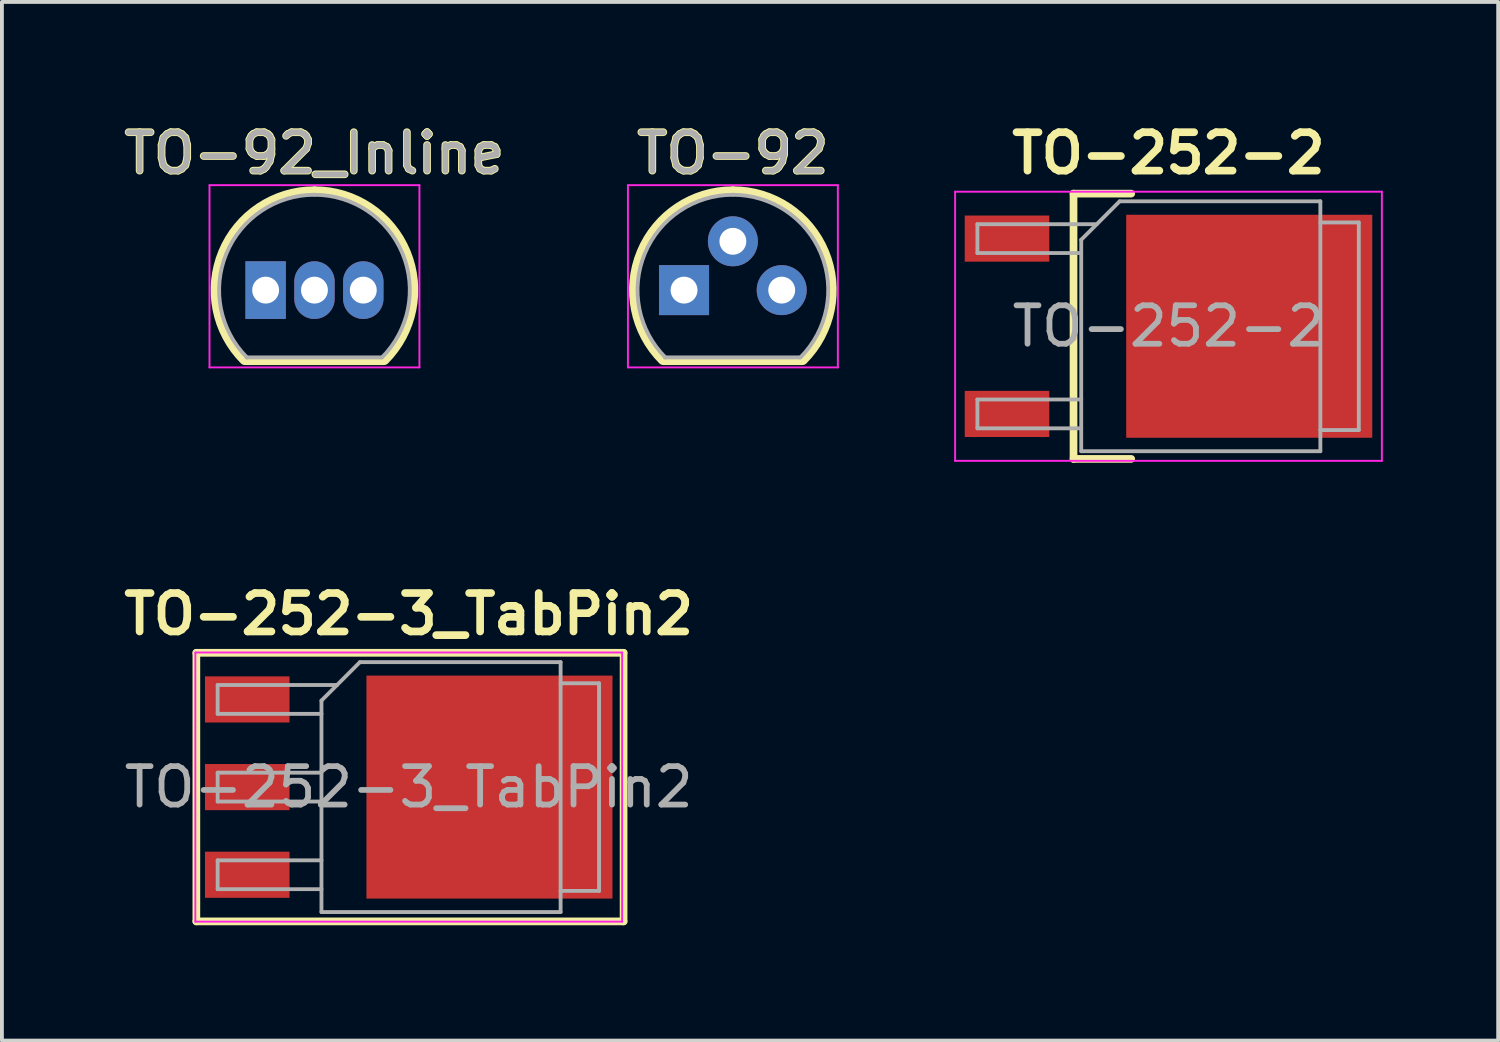
<source format=kicad_pcb>
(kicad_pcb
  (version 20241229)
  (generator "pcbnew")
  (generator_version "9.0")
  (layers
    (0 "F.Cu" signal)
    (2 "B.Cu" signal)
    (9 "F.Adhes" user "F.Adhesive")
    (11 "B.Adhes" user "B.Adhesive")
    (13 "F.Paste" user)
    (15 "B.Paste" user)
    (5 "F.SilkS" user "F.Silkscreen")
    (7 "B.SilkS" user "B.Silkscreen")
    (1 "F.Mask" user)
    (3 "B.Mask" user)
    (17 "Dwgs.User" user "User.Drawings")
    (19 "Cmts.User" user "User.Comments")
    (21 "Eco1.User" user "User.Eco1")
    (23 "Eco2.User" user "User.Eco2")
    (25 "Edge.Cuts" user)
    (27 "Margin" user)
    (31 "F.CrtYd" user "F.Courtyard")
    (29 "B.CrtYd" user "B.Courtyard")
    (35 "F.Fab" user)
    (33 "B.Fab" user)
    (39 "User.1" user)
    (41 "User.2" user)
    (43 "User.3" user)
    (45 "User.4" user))
  (footprint "TO-92"
    (layer "F.Cu")
    (at 14.742 4.496)
    (property "Reference" "TO-92" (at 1.27 -3.56 0) (layer "F.SilkS") (effects (font (size 1 1) (thickness 0.2))))
    (attr through_hole)
    (fp_line (start -0.53 1.85) (end 3.07 1.85) (stroke (width 0.2) (type solid)) (layer "F.SilkS"))
    (fp_arc (start -0.568478 1.838478) (mid -1.132087 -0.994977) (end 1.27 -2.6) (stroke (width 0.2) (type solid)) (layer "F.SilkS"))
    (fp_arc (start 1.27 -2.6) (mid 3.672087 -0.994977) (end 3.108478 1.838478) (stroke (width 0.2) (type solid)) (layer "F.SilkS"))
    (fp_line (start -1.46 -2.73) (end -1.46 2.01) (stroke (width 0.05) (type solid)) (layer "F.CrtYd"))
    (fp_line (start -1.46 -2.73) (end 4 -2.73) (stroke (width 0.05) (type solid)) (layer "F.CrtYd"))
    (fp_line (start 4 2.01) (end -1.46 2.01) (stroke (width 0.05) (type solid)) (layer "F.CrtYd"))
    (fp_line (start 4 2.01) (end 4 -2.73) (stroke (width 0.05) (type solid)) (layer "F.CrtYd"))
    (fp_line (start -0.5 1.75) (end 3 1.75) (stroke (width 0.1) (type solid)) (layer "F.Fab"))
    (fp_arc (start -0.483625 1.753625) (mid -1.021221 -0.949055) (end 1.27 -2.48) (stroke (width 0.1) (type solid)) (layer "F.Fab"))
    (fp_arc (start 1.27 -2.48) (mid 3.561221 -0.949055) (end 3.023625 1.753625) (stroke (width 0.1) (type solid)) (layer "F.Fab"))
    (fp_text user "${REFERENCE}" (at 1.27 -3.56 0) (layer "F.Fab") (effects (font (size 1 1) (thickness 0.15))))
    (pad "1" thru_hole rect (at 0 0 90) (size 1.3 1.3) (drill 0.7) (layers "*.Cu" "*.Mask"))
    (pad "2" thru_hole circle (at 1.27 -1.27 90) (size 1.3 1.3) (drill 0.7) (layers "*.Cu" "*.Mask"))
    (pad "3" thru_hole circle (at 2.54 0 90) (size 1.3 1.3) (drill 0.7) (layers "*.Cu" "*.Mask")))
  (footprint "TO-92_Inline"
    (layer "F.Cu")
    (at 3.859 4.496)
    (property "Reference" "TO-92_Inline" (at 1.27 -3.56 0) (layer "F.SilkS") (effects (font (size 1 1) (thickness 0.2))))
    (attr through_hole)
    (fp_line (start -0.53 1.85) (end 3.07 1.85) (stroke (width 0.2) (type solid)) (layer "F.SilkS"))
    (fp_arc (start -0.568478 1.838478) (mid -1.132087 -0.994977) (end 1.27 -2.6) (stroke (width 0.2) (type solid)) (layer "F.SilkS"))
    (fp_arc (start 1.27 -2.6) (mid 3.672087 -0.994977) (end 3.108478 1.838478) (stroke (width 0.2) (type solid)) (layer "F.SilkS"))
    (fp_line (start -1.46 -2.73) (end -1.46 2.01) (stroke (width 0.05) (type solid)) (layer "F.CrtYd"))
    (fp_line (start -1.46 -2.73) (end 4 -2.73) (stroke (width 0.05) (type solid)) (layer "F.CrtYd"))
    (fp_line (start 4 2.01) (end -1.46 2.01) (stroke (width 0.05) (type solid)) (layer "F.CrtYd"))
    (fp_line (start 4 2.01) (end 4 -2.73) (stroke (width 0.05) (type solid)) (layer "F.CrtYd"))
    (fp_line (start -0.5 1.75) (end 3 1.75) (stroke (width 0.1) (type solid)) (layer "F.Fab"))
    (fp_arc (start -0.483625 1.753625) (mid -1.021221 -0.949055) (end 1.27 -2.48) (stroke (width 0.1) (type solid)) (layer "F.Fab"))
    (fp_arc (start 1.27 -2.48) (mid 3.561221 -0.949055) (end 3.023625 1.753625) (stroke (width 0.1) (type solid)) (layer "F.Fab"))
    (fp_text user "${REFERENCE}" (at 1.27 -3.56 0) (layer "F.Fab") (effects (font (size 1 1) (thickness 0.15))))
    (pad "1" thru_hole rect (at 0 0) (size 1.05 1.5) (drill 0.7) (layers "*.Cu" "*.Mask"))
    (pad "2" thru_hole oval (at 1.27 0) (size 1.05 1.5) (drill 0.7) (layers "*.Cu" "*.Mask"))
    (pad "3" thru_hole oval (at 2.54 0) (size 1.05 1.5) (drill 0.7) (layers "*.Cu" "*.Mask")))
  (footprint "TO-252-3_TabPin2"
    (layer "F.Cu")
    (at 7.581 17.422)
    (property "Reference" "TO-252-3_TabPin2" (at 0 -4.5 0) (layer "F.SilkS") (effects (font (size 1 1) (thickness 0.2))))
    (attr smd)
    (fp_line (start -5.524 -3.493) (end 5.588 -3.493) (stroke (width 0.2) (type solid)) (layer "F.SilkS"))
    (fp_line (start -5.524 3.493) (end -5.524 -3.493) (stroke (width 0.2) (type solid)) (layer "F.SilkS"))
    (fp_line (start 5.588 -3.493) (end 5.588 3.493) (stroke (width 0.2) (type solid)) (layer "F.SilkS"))
    (fp_line (start 5.588 3.493) (end -5.524 3.493) (stroke (width 0.2) (type solid)) (layer "F.SilkS"))
    (fp_line (start -5.55 -3.5) (end -5.55 3.5) (stroke (width 0.05) (type solid)) (layer "F.CrtYd"))
    (fp_line (start -5.55 3.5) (end 5.55 3.5) (stroke (width 0.05) (type solid)) (layer "F.CrtYd"))
    (fp_line (start 5.55 -3.5) (end -5.55 -3.5) (stroke (width 0.05) (type solid)) (layer "F.CrtYd"))
    (fp_line (start 5.55 3.5) (end 5.55 -3.5) (stroke (width 0.05) (type solid)) (layer "F.CrtYd"))
    (fp_line (start -4.97 -2.655) (end -4.97 -1.905) (stroke (width 0.1) (type solid)) (layer "F.Fab"))
    (fp_line (start -4.97 -1.905) (end -2.27 -1.905) (stroke (width 0.1) (type solid)) (layer "F.Fab"))
    (fp_line (start -4.97 -0.375) (end -4.97 0.375) (stroke (width 0.1) (type solid)) (layer "F.Fab"))
    (fp_line (start -4.97 0.375) (end -2.27 0.375) (stroke (width 0.1) (type solid)) (layer "F.Fab"))
    (fp_line (start -4.97 1.905) (end -4.97 2.655) (stroke (width 0.1) (type solid)) (layer "F.Fab"))
    (fp_line (start -4.97 2.655) (end -2.27 2.655) (stroke (width 0.1) (type solid)) (layer "F.Fab"))
    (fp_line (start -2.27 -2.25) (end -1.27 -3.25) (stroke (width 0.1) (type solid)) (layer "F.Fab"))
    (fp_line (start -2.27 -0.375) (end -4.97 -0.375) (stroke (width 0.1) (type solid)) (layer "F.Fab"))
    (fp_line (start -2.27 1.905) (end -4.97 1.905) (stroke (width 0.1) (type solid)) (layer "F.Fab"))
    (fp_line (start -2.27 3.25) (end -2.27 -2.25) (stroke (width 0.1) (type solid)) (layer "F.Fab"))
    (fp_line (start -1.865 -2.655) (end -4.97 -2.655) (stroke (width 0.1) (type solid)) (layer "F.Fab"))
    (fp_line (start -1.27 -3.25) (end 3.95 -3.25) (stroke (width 0.1) (type solid)) (layer "F.Fab"))
    (fp_line (start 3.95 -3.25) (end 3.95 3.25) (stroke (width 0.1) (type solid)) (layer "F.Fab"))
    (fp_line (start 3.95 -2.7) (end 4.95 -2.7) (stroke (width 0.1) (type solid)) (layer "F.Fab"))
    (fp_line (start 3.95 3.25) (end -2.27 3.25) (stroke (width 0.1) (type solid)) (layer "F.Fab"))
    (fp_line (start 4.95 -2.7) (end 4.95 2.7) (stroke (width 0.1) (type solid)) (layer "F.Fab"))
    (fp_line (start 4.95 2.7) (end 3.95 2.7) (stroke (width 0.1) (type solid)) (layer "F.Fab"))
    (fp_text user "${REFERENCE}" (at 0 0 0) (layer "F.Fab") (effects (font (size 1 1) (thickness 0.15))))
    (pad "" smd rect (at 0.425 -1.525) (size 3.05 2.75) (layers "F.Paste"))
    (pad "" smd rect (at 0.425 1.525) (size 3.05 2.75) (layers "F.Paste"))
    (pad "" smd rect (at 3.775 -1.525) (size 3.05 2.75) (layers "F.Paste"))
    (pad "" smd rect (at 3.775 1.525) (size 3.05 2.75) (layers "F.Paste"))
    (pad "1" smd rect (at -4.2 -2.28) (size 2.2 1.2) (layers "F.Cu" "F.Mask" "F.Paste"))
    (pad "2" smd rect (at -4.2 0) (size 2.2 1.2) (layers "F.Cu" "F.Mask" "F.Paste"))
    (pad "2" smd rect (at 2.1 0) (size 6.4 5.8) (layers "F.Cu" "F.Mask"))
    (pad "3" smd rect (at -4.2 2.28) (size 2.2 1.2) (layers "F.Cu" "F.Mask" "F.Paste")))
  (footprint "TO-252-2"
    (layer "F.Cu")
    (at 27.342 5.436)
    (property "Reference" "TO-252-2" (at 0 -4.5 0) (layer "F.SilkS") (effects (font (size 1 1) (thickness 0.2))))
    (attr smd)
    (fp_line (start -2.47 3.45) (end -2.47 -3.45) (stroke (width 0.2) (type solid)) (layer "F.SilkS"))
    (fp_line (start -0.97 -3.45) (end -2.47 -3.45) (stroke (width 0.2) (type solid)) (layer "F.SilkS"))
    (fp_line (start -0.97 3.45) (end -2.47 3.45) (stroke (width 0.2) (type solid)) (layer "F.SilkS"))
    (fp_line (start -5.55 -3.5) (end -5.55 3.5) (stroke (width 0.05) (type solid)) (layer "F.CrtYd"))
    (fp_line (start -5.55 3.5) (end 5.55 3.5) (stroke (width 0.05) (type solid)) (layer "F.CrtYd"))
    (fp_line (start 5.55 -3.5) (end -5.55 -3.5) (stroke (width 0.05) (type solid)) (layer "F.CrtYd"))
    (fp_line (start 5.55 3.5) (end 5.55 -3.5) (stroke (width 0.05) (type solid)) (layer "F.CrtYd"))
    (fp_line (start -4.97 -2.655) (end -4.97 -1.905) (stroke (width 0.1) (type solid)) (layer "F.Fab"))
    (fp_line (start -4.97 -1.905) (end -2.27 -1.905) (stroke (width 0.1) (type solid)) (layer "F.Fab"))
    (fp_line (start -4.97 1.905) (end -4.97 2.655) (stroke (width 0.1) (type solid)) (layer "F.Fab"))
    (fp_line (start -4.97 2.655) (end -2.27 2.655) (stroke (width 0.1) (type solid)) (layer "F.Fab"))
    (fp_line (start -2.27 -2.25) (end -1.27 -3.25) (stroke (width 0.1) (type solid)) (layer "F.Fab"))
    (fp_line (start -2.27 1.905) (end -4.97 1.905) (stroke (width 0.1) (type solid)) (layer "F.Fab"))
    (fp_line (start -2.27 3.25) (end -2.27 -2.25) (stroke (width 0.1) (type solid)) (layer "F.Fab"))
    (fp_line (start -1.865 -2.655) (end -4.97 -2.655) (stroke (width 0.1) (type solid)) (layer "F.Fab"))
    (fp_line (start -1.27 -3.25) (end 3.95 -3.25) (stroke (width 0.1) (type solid)) (layer "F.Fab"))
    (fp_line (start 3.95 -3.25) (end 3.95 3.25) (stroke (width 0.1) (type solid)) (layer "F.Fab"))
    (fp_line (start 3.95 -2.7) (end 4.95 -2.7) (stroke (width 0.1) (type solid)) (layer "F.Fab"))
    (fp_line (start 3.95 3.25) (end -2.27 3.25) (stroke (width 0.1) (type solid)) (layer "F.Fab"))
    (fp_line (start 4.95 -2.7) (end 4.95 2.7) (stroke (width 0.1) (type solid)) (layer "F.Fab"))
    (fp_line (start 4.95 2.7) (end 3.95 2.7) (stroke (width 0.1) (type solid)) (layer "F.Fab"))
    (fp_text user "${REFERENCE}" (at 0 0 0) (layer "F.Fab") (effects (font (size 1 1) (thickness 0.15))))
    (pad "" smd rect (at 0.425 -1.525) (size 3.05 2.75) (layers "F.Paste"))
    (pad "" smd rect (at 0.425 1.525) (size 3.05 2.75) (layers "F.Paste"))
    (pad "" smd rect (at 3.775 -1.525) (size 3.05 2.75) (layers "F.Paste"))
    (pad "" smd rect (at 3.775 1.525) (size 3.05 2.75) (layers "F.Paste"))
    (pad "1" smd rect (at -4.2 -2.28) (size 2.2 1.2) (layers "F.Cu" "F.Mask" "F.Paste"))
    (pad "2" smd rect (at 2.1 0) (size 6.4 5.8) (layers "F.Cu" "F.Mask"))
    (pad "3" smd rect (at -4.2 2.28) (size 2.2 1.2) (layers "F.Cu" "F.Mask" "F.Paste")))
  (gr_rect
    (start -3 -3)
    (end 35.917 24.015)
    (stroke (width 0.1) (type default))
    (fill no)
    (layer "Edge.Cuts")))
</source>
